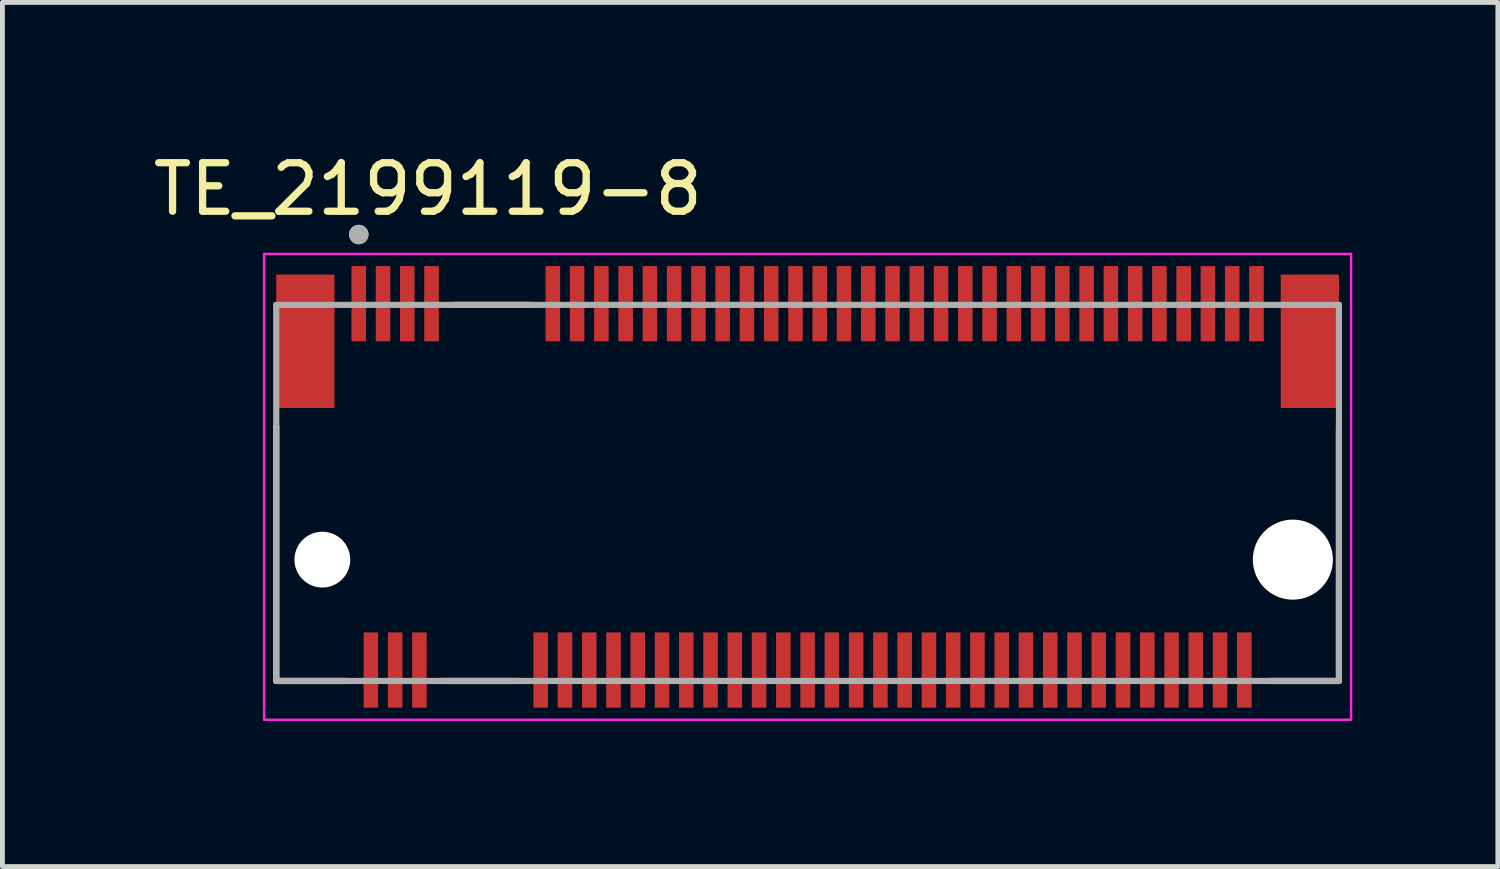
<source format=kicad_pcb>
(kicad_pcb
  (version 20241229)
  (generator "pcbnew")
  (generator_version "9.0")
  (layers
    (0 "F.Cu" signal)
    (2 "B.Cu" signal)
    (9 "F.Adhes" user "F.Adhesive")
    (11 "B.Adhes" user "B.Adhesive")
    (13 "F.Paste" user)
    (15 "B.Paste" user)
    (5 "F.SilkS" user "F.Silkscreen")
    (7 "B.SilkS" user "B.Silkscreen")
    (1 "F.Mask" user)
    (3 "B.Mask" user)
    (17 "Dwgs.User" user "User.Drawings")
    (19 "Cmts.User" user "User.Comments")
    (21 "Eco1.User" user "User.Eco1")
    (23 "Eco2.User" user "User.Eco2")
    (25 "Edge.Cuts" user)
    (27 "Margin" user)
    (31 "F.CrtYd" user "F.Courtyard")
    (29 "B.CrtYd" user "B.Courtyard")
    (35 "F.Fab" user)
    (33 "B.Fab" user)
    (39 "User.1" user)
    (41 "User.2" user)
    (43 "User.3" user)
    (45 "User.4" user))
  (footprint "TE_2199119-8"
    (layer "F.Cu")
    (at 13.593 6.983)
    (property "Reference" "TE_2199119-8" (at -7.825 -6.135 0) (layer "F.SilkS") (effects (font (size 1 1) (thickness 0.15))))
    (attr smd)
    (fp_line (start -10.95 -1.25) (end -10.95 4) (stroke (width 0.127) (type solid)) (layer "F.SilkS"))
    (fp_line (start -10.95 4) (end -9.5 4) (stroke (width 0.127) (type solid)) (layer "F.SilkS"))
    (fp_line (start -7.53 4) (end -5.97 4) (stroke (width 0.127) (type solid)) (layer "F.SilkS"))
    (fp_line (start -7.28 -3.75) (end -5.72 -3.75) (stroke (width 0.127) (type solid)) (layer "F.SilkS"))
    (fp_line (start 9.5 4) (end 10.95 4) (stroke (width 0.127) (type solid)) (layer "F.SilkS"))
    (fp_line (start 10.95 4) (end 10.95 -1.25) (stroke (width 0.127) (type solid)) (layer "F.SilkS"))
    (fp_circle (center -9.25 -5.2) (end -9.15 -5.2) (stroke (width 0.2) (type solid)) (fill no) (layer "F.SilkS"))
    (fp_line (start -11.2 -4.8) (end 11.2 -4.8) (stroke (width 0.05) (type solid)) (layer "F.CrtYd"))
    (fp_line (start -11.2 4.8) (end -11.2 -4.8) (stroke (width 0.05) (type solid)) (layer "F.CrtYd"))
    (fp_line (start 11.2 -4.8) (end 11.2 4.8) (stroke (width 0.05) (type solid)) (layer "F.CrtYd"))
    (fp_line (start 11.2 4.8) (end -11.2 4.8) (stroke (width 0.05) (type solid)) (layer "F.CrtYd"))
    (fp_line (start -10.95 -3.75) (end 10.95 -3.75) (stroke (width 0.127) (type solid)) (layer "F.Fab"))
    (fp_line (start -10.95 4) (end -10.95 -3.75) (stroke (width 0.127) (type solid)) (layer "F.Fab"))
    (fp_line (start 10.95 -3.75) (end 10.95 4) (stroke (width 0.127) (type solid)) (layer "F.Fab"))
    (fp_line (start 10.95 4) (end -10.95 4) (stroke (width 0.127) (type solid)) (layer "F.Fab"))
    (fp_circle (center -9.25 -5.2) (end -9.15 -5.2) (stroke (width 0.2) (type solid)) (fill no) (layer "F.Fab"))
    (pad "" np_thru_hole circle (at -10 1.5) (size 1.15 1.15) (drill 1.15) (layers "*.Cu" "*.Mask"))
    (pad "" np_thru_hole circle (at 10 1.5) (size 1.65 1.65) (drill 1.65) (layers "*.Cu" "*.Mask"))
    (pad "1" smd rect (at -9.25 -3.775) (size 0.3 1.55) (layers "F.Cu" "F.Mask" "F.Paste"))
    (pad "2" smd rect (at -9 3.775) (size 0.3 1.55) (layers "F.Cu" "F.Mask" "F.Paste"))
    (pad "3" smd rect (at -8.75 -3.775) (size 0.3 1.55) (layers "F.Cu" "F.Mask" "F.Paste"))
    (pad "4" smd rect (at -8.5 3.775) (size 0.3 1.55) (layers "F.Cu" "F.Mask" "F.Paste"))
    (pad "5" smd rect (at -8.25 -3.775) (size 0.3 1.55) (layers "F.Cu" "F.Mask" "F.Paste"))
    (pad "6" smd rect (at -8 3.775) (size 0.3 1.55) (layers "F.Cu" "F.Mask" "F.Paste"))
    (pad "7" smd rect (at -7.75 -3.775) (size 0.3 1.55) (layers "F.Cu" "F.Mask" "F.Paste"))
    (pad "16" smd rect (at -5.5 3.775) (size 0.3 1.55) (layers "F.Cu" "F.Mask" "F.Paste"))
    (pad "17" smd rect (at -5.25 -3.775) (size 0.3 1.55) (layers "F.Cu" "F.Mask" "F.Paste"))
    (pad "18" smd rect (at -5 3.775) (size 0.3 1.55) (layers "F.Cu" "F.Mask" "F.Paste"))
    (pad "19" smd rect (at -4.75 -3.775) (size 0.3 1.55) (layers "F.Cu" "F.Mask" "F.Paste"))
    (pad "20" smd rect (at -4.5 3.775) (size 0.3 1.55) (layers "F.Cu" "F.Mask" "F.Paste"))
    (pad "21" smd rect (at -4.25 -3.775) (size 0.3 1.55) (layers "F.Cu" "F.Mask" "F.Paste"))
    (pad "22" smd rect (at -4 3.775) (size 0.3 1.55) (layers "F.Cu" "F.Mask" "F.Paste"))
    (pad "23" smd rect (at -3.75 -3.775) (size 0.3 1.55) (layers "F.Cu" "F.Mask" "F.Paste"))
    (pad "24" smd rect (at -3.5 3.775) (size 0.3 1.55) (layers "F.Cu" "F.Mask" "F.Paste"))
    (pad "25" smd rect (at -3.25 -3.775) (size 0.3 1.55) (layers "F.Cu" "F.Mask" "F.Paste"))
    (pad "26" smd rect (at -3 3.775) (size 0.3 1.55) (layers "F.Cu" "F.Mask" "F.Paste"))
    (pad "27" smd rect (at -2.75 -3.775) (size 0.3 1.55) (layers "F.Cu" "F.Mask" "F.Paste"))
    (pad "28" smd rect (at -2.5 3.775) (size 0.3 1.55) (layers "F.Cu" "F.Mask" "F.Paste"))
    (pad "29" smd rect (at -2.25 -3.775) (size 0.3 1.55) (layers "F.Cu" "F.Mask" "F.Paste"))
    (pad "30" smd rect (at -2 3.775) (size 0.3 1.55) (layers "F.Cu" "F.Mask" "F.Paste"))
    (pad "31" smd rect (at -1.75 -3.775) (size 0.3 1.55) (layers "F.Cu" "F.Mask" "F.Paste"))
    (pad "32" smd rect (at -1.5 3.775) (size 0.3 1.55) (layers "F.Cu" "F.Mask" "F.Paste"))
    (pad "33" smd rect (at -1.25 -3.775) (size 0.3 1.55) (layers "F.Cu" "F.Mask" "F.Paste"))
    (pad "34" smd rect (at -1 3.775) (size 0.3 1.55) (layers "F.Cu" "F.Mask" "F.Paste"))
    (pad "35" smd rect (at -0.75 -3.775) (size 0.3 1.55) (layers "F.Cu" "F.Mask" "F.Paste"))
    (pad "36" smd rect (at -0.5 3.775) (size 0.3 1.55) (layers "F.Cu" "F.Mask" "F.Paste"))
    (pad "37" smd rect (at -0.25 -3.775) (size 0.3 1.55) (layers "F.Cu" "F.Mask" "F.Paste"))
    (pad "38" smd rect (at 0 3.775) (size 0.3 1.55) (layers "F.Cu" "F.Mask" "F.Paste"))
    (pad "39" smd rect (at 0.25 -3.775) (size 0.3 1.55) (layers "F.Cu" "F.Mask" "F.Paste"))
    (pad "40" smd rect (at 0.5 3.775) (size 0.3 1.55) (layers "F.Cu" "F.Mask" "F.Paste"))
    (pad "41" smd rect (at 0.75 -3.775) (size 0.3 1.55) (layers "F.Cu" "F.Mask" "F.Paste"))
    (pad "42" smd rect (at 1 3.775) (size 0.3 1.55) (layers "F.Cu" "F.Mask" "F.Paste"))
    (pad "43" smd rect (at 1.25 -3.775) (size 0.3 1.55) (layers "F.Cu" "F.Mask" "F.Paste"))
    (pad "44" smd rect (at 1.5 3.775) (size 0.3 1.55) (layers "F.Cu" "F.Mask" "F.Paste"))
    (pad "45" smd rect (at 1.75 -3.775) (size 0.3 1.55) (layers "F.Cu" "F.Mask" "F.Paste"))
    (pad "46" smd rect (at 2 3.775) (size 0.3 1.55) (layers "F.Cu" "F.Mask" "F.Paste"))
    (pad "47" smd rect (at 2.25 -3.775) (size 0.3 1.55) (layers "F.Cu" "F.Mask" "F.Paste"))
    (pad "48" smd rect (at 2.5 3.775) (size 0.3 1.55) (layers "F.Cu" "F.Mask" "F.Paste"))
    (pad "49" smd rect (at 2.75 -3.775) (size 0.3 1.55) (layers "F.Cu" "F.Mask" "F.Paste"))
    (pad "50" smd rect (at 3 3.775) (size 0.3 1.55) (layers "F.Cu" "F.Mask" "F.Paste"))
    (pad "51" smd rect (at 3.25 -3.775) (size 0.3 1.55) (layers "F.Cu" "F.Mask" "F.Paste"))
    (pad "52" smd rect (at 3.5 3.775) (size 0.3 1.55) (layers "F.Cu" "F.Mask" "F.Paste"))
    (pad "53" smd rect (at 3.75 -3.775) (size 0.3 1.55) (layers "F.Cu" "F.Mask" "F.Paste"))
    (pad "54" smd rect (at 4 3.775) (size 0.3 1.55) (layers "F.Cu" "F.Mask" "F.Paste"))
    (pad "55" smd rect (at 4.25 -3.775) (size 0.3 1.55) (layers "F.Cu" "F.Mask" "F.Paste"))
    (pad "56" smd rect (at 4.5 3.775) (size 0.3 1.55) (layers "F.Cu" "F.Mask" "F.Paste"))
    (pad "57" smd rect (at 4.75 -3.775) (size 0.3 1.55) (layers "F.Cu" "F.Mask" "F.Paste"))
    (pad "58" smd rect (at 5 3.775) (size 0.3 1.55) (layers "F.Cu" "F.Mask" "F.Paste"))
    (pad "59" smd rect (at 5.25 -3.775) (size 0.3 1.55) (layers "F.Cu" "F.Mask" "F.Paste"))
    (pad "60" smd rect (at 5.5 3.775) (size 0.3 1.55) (layers "F.Cu" "F.Mask" "F.Paste"))
    (pad "61" smd rect (at 5.75 -3.775) (size 0.3 1.55) (layers "F.Cu" "F.Mask" "F.Paste"))
    (pad "62" smd rect (at 6 3.775) (size 0.3 1.55) (layers "F.Cu" "F.Mask" "F.Paste"))
    (pad "63" smd rect (at 6.25 -3.775) (size 0.3 1.55) (layers "F.Cu" "F.Mask" "F.Paste"))
    (pad "64" smd rect (at 6.5 3.775) (size 0.3 1.55) (layers "F.Cu" "F.Mask" "F.Paste"))
    (pad "65" smd rect (at 6.75 -3.775) (size 0.3 1.55) (layers "F.Cu" "F.Mask" "F.Paste"))
    (pad "66" smd rect (at 7 3.775) (size 0.3 1.55) (layers "F.Cu" "F.Mask" "F.Paste"))
    (pad "67" smd rect (at 7.25 -3.775) (size 0.3 1.55) (layers "F.Cu" "F.Mask" "F.Paste"))
    (pad "68" smd rect (at 7.5 3.775) (size 0.3 1.55) (layers "F.Cu" "F.Mask" "F.Paste"))
    (pad "69" smd rect (at 7.75 -3.775) (size 0.3 1.55) (layers "F.Cu" "F.Mask" "F.Paste"))
    (pad "70" smd rect (at 8 3.775) (size 0.3 1.55) (layers "F.Cu" "F.Mask" "F.Paste"))
    (pad "71" smd rect (at 8.25 -3.775) (size 0.3 1.55) (layers "F.Cu" "F.Mask" "F.Paste"))
    (pad "72" smd rect (at 8.5 3.775) (size 0.3 1.55) (layers "F.Cu" "F.Mask" "F.Paste"))
    (pad "73" smd rect (at 8.75 -3.775) (size 0.3 1.55) (layers "F.Cu" "F.Mask" "F.Paste"))
    (pad "74" smd rect (at 9 3.775) (size 0.3 1.55) (layers "F.Cu" "F.Mask" "F.Paste"))
    (pad "75" smd rect (at 9.25 -3.775) (size 0.3 1.55) (layers "F.Cu" "F.Mask" "F.Paste"))
    (pad "S1" smd rect (at -10.35 -3) (size 1.2 2.75) (layers "F.Cu" "F.Mask" "F.Paste"))
    (pad "S2" smd rect (at 10.35 -3) (size 1.2 2.75) (layers "F.Cu" "F.Mask" "F.Paste")))
  (gr_rect
    (start -3 -3)
    (end 27.818 14.808)
    (stroke (width 0.1) (type default))
    (fill no)
    (layer "Edge.Cuts")))
</source>
